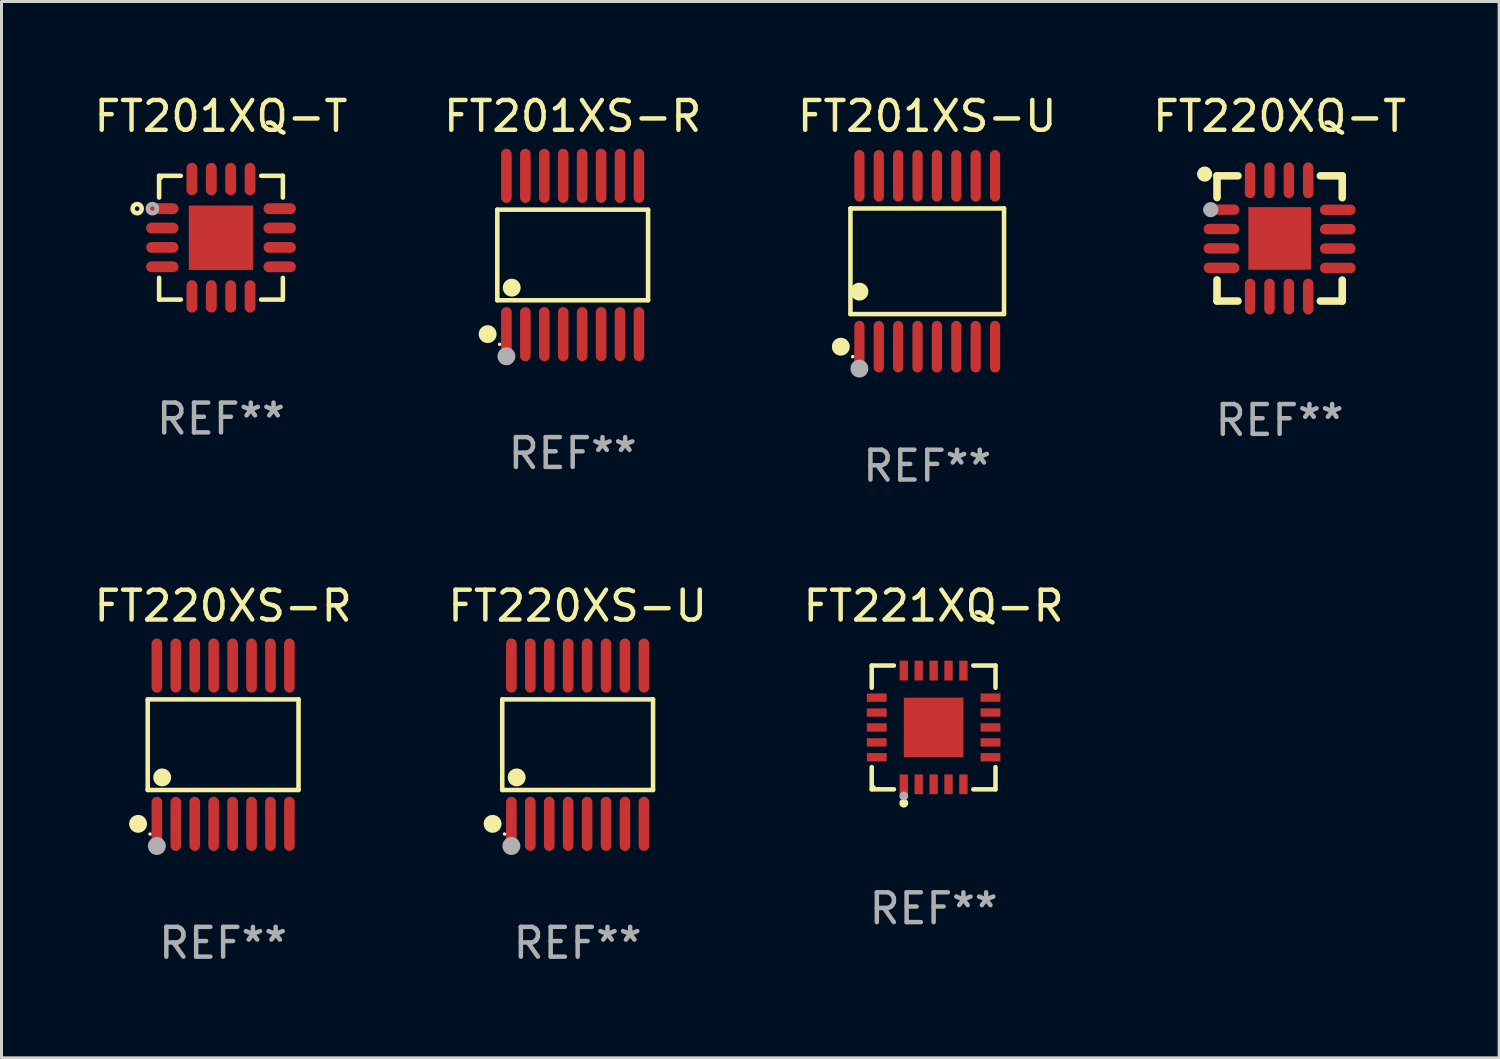
<source format=kicad_pcb>
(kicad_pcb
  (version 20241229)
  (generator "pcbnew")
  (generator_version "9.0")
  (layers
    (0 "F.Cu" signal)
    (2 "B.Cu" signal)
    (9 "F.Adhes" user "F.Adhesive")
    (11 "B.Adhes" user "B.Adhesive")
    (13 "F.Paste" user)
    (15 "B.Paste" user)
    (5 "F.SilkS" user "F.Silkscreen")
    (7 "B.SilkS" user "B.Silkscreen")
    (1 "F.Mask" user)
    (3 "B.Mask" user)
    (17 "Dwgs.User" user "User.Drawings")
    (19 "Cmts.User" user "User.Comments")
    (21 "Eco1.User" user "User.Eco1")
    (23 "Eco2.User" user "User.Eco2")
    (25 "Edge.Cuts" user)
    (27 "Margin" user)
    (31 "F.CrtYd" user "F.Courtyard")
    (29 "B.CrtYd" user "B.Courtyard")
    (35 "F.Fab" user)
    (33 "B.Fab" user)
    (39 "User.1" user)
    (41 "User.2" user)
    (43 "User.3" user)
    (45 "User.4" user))
  (footprint "FT201XQ-T"
    (layer "F.Cu")
    (at 4.363 4.924)
    (property "Reference" "FT201XQ-T" (at 0 -4.076 0) (layer "F.SilkS") (effects (font (size 1 1) (thickness 0.15))))
    (attr through_hole)
    (fp_line (start -2.076 -2.076) (end -2.076 -1.347) (stroke (width 0.152) (type solid)) (layer "F.SilkS"))
    (fp_line (start -2.076 2.076) (end -2.076 1.347) (stroke (width 0.152) (type solid)) (layer "F.SilkS"))
    (fp_line (start -1.347 -2.076) (end -2.076 -2.076) (stroke (width 0.152) (type solid)) (layer "F.SilkS"))
    (fp_line (start -1.347 2.076) (end -2.076 2.076) (stroke (width 0.152) (type solid)) (layer "F.SilkS"))
    (fp_line (start 1.347 -2.076) (end 2.076 -2.076) (stroke (width 0.152) (type solid)) (layer "F.SilkS"))
    (fp_line (start 1.347 2.076) (end 2.076 2.076) (stroke (width 0.152) (type solid)) (layer "F.SilkS"))
    (fp_line (start 2.076 -2.076) (end 2.076 -1.347) (stroke (width 0.152) (type solid)) (layer "F.SilkS"))
    (fp_line (start 2.076 2.076) (end 2.076 1.347) (stroke (width 0.152) (type solid)) (layer "F.SilkS"))
    (fp_circle (center -2.812 -0.975) (end -2.736 -0.975) (stroke (width 0.153) (type solid)) (fill no) (layer "F.SilkS"))
    (fp_circle (center -2 -2) (end -1.97 -2) (stroke (width 0.06) (type solid)) (fill no) (layer "F.SilkS"))
    (fp_circle (center -2.3 -0.975) (end -2.224 -0.975) (stroke (width 0.153) (type solid)) (fill no) (layer "F.Fab"))
    (fp_text user "REF**" (at 0 6.076 0) (layer "F.Fab") (effects (font (size 1 1) (thickness 0.15))))
    (pad "1" smd oval (at -1.969 -0.975 270) (size 0.364 1.087) (layers "F.Cu" "F.Mask" "F.Paste"))
    (pad "2" smd oval (at -1.969 -0.325 270) (size 0.364 1.087) (layers "F.Cu" "F.Mask" "F.Paste"))
    (pad "3" smd oval (at -1.969 0.325 270) (size 0.364 1.087) (layers "F.Cu" "F.Mask" "F.Paste"))
    (pad "4" smd oval (at -1.969 0.975 270) (size 0.364 1.087) (layers "F.Cu" "F.Mask" "F.Paste"))
    (pad "5" smd oval (at -0.975 1.969 270) (size 1.087 0.364) (layers "F.Cu" "F.Mask" "F.Paste"))
    (pad "6" smd oval (at -0.325 1.969 270) (size 1.087 0.364) (layers "F.Cu" "F.Mask" "F.Paste"))
    (pad "7" smd oval (at 0.325 1.969 270) (size 1.087 0.364) (layers "F.Cu" "F.Mask" "F.Paste"))
    (pad "8" smd oval (at 0.975 1.969 270) (size 1.087 0.364) (layers "F.Cu" "F.Mask" "F.Paste"))
    (pad "9" smd oval (at 1.969 0.975 270) (size 0.364 1.087) (layers "F.Cu" "F.Mask" "F.Paste"))
    (pad "10" smd oval (at 1.969 0.325 270) (size 0.364 1.087) (layers "F.Cu" "F.Mask" "F.Paste"))
    (pad "11" smd oval (at 1.969 -0.325 270) (size 0.364 1.087) (layers "F.Cu" "F.Mask" "F.Paste"))
    (pad "12" smd oval (at 1.969 -0.975 270) (size 0.364 1.087) (layers "F.Cu" "F.Mask" "F.Paste"))
    (pad "13" smd oval (at 0.975 -1.969 270) (size 1.087 0.364) (layers "F.Cu" "F.Mask" "F.Paste"))
    (pad "14" smd oval (at 0.325 -1.969 270) (size 1.087 0.364) (layers "F.Cu" "F.Mask" "F.Paste"))
    (pad "15" smd oval (at -0.325 -1.969 270) (size 1.087 0.364) (layers "F.Cu" "F.Mask" "F.Paste"))
    (pad "16" smd oval (at -0.975 -1.969 270) (size 1.087 0.364) (layers "F.Cu" "F.Mask" "F.Paste"))
    (pad "17" smd rect (at 0 0) (size 2.16 2.16) (layers "F.Cu" "F.Mask" "F.Paste")))
  (footprint "FT201XS-U"
    (layer "F.Cu")
    (at 28.054 5.714)
    (property "Reference" "FT201XS-U" (at 0 -4.866 0) (layer "F.SilkS") (effects (font (size 1 1) (thickness 0.15))))
    (attr through_hole)
    (fp_line (start -2.576 -1.772) (end 2.576 -1.772) (stroke (width 0.152) (type solid)) (layer "F.SilkS"))
    (fp_line (start -2.576 1.771) (end -2.576 -1.772) (stroke (width 0.152) (type solid)) (layer "F.SilkS"))
    (fp_line (start 2.576 -1.772) (end 2.576 1.771) (stroke (width 0.152) (type solid)) (layer "F.SilkS"))
    (fp_line (start 2.576 1.771) (end -2.576 1.771) (stroke (width 0.152) (type solid)) (layer "F.SilkS"))
    (fp_circle (center -2.899 2.866) (end -2.749 2.866) (stroke (width 0.3) (type solid)) (fill no) (layer "F.SilkS"))
    (fp_circle (center -2.5 3.2) (end -2.47 3.2) (stroke (width 0.06) (type solid)) (fill no) (layer "F.SilkS"))
    (fp_circle (center -2.275 1.019) (end -2.125 1.019) (stroke (width 0.3) (type solid)) (fill no) (layer "F.SilkS"))
    (fp_circle (center -2.275 3.6) (end -2.125 3.6) (stroke (width 0.3) (type solid)) (fill no) (layer "F.Fab"))
    (fp_text user "REF**" (at 0 6.866 0) (layer "F.Fab") (effects (font (size 1 1) (thickness 0.15))))
    (pad "1" smd oval (at -2.275 2.866) (size 0.343 1.731) (layers "F.Cu" "F.Mask" "F.Paste"))
    (pad "2" smd oval (at -1.625 2.866) (size 0.343 1.731) (layers "F.Cu" "F.Mask" "F.Paste"))
    (pad "3" smd oval (at -0.975 2.866) (size 0.343 1.731) (layers "F.Cu" "F.Mask" "F.Paste"))
    (pad "4" smd oval (at -0.325 2.866) (size 0.343 1.731) (layers "F.Cu" "F.Mask" "F.Paste"))
    (pad "5" smd oval (at 0.325 2.866) (size 0.343 1.731) (layers "F.Cu" "F.Mask" "F.Paste"))
    (pad "6" smd oval (at 0.975 2.866) (size 0.343 1.731) (layers "F.Cu" "F.Mask" "F.Paste"))
    (pad "7" smd oval (at 1.625 2.866) (size 0.343 1.731) (layers "F.Cu" "F.Mask" "F.Paste"))
    (pad "8" smd oval (at 2.275 2.866) (size 0.343 1.731) (layers "F.Cu" "F.Mask" "F.Paste"))
    (pad "9" smd oval (at 2.275 -2.866) (size 0.343 1.731) (layers "F.Cu" "F.Mask" "F.Paste"))
    (pad "10" smd oval (at 1.625 -2.866) (size 0.343 1.731) (layers "F.Cu" "F.Mask" "F.Paste"))
    (pad "11" smd oval (at 0.975 -2.866) (size 0.343 1.731) (layers "F.Cu" "F.Mask" "F.Paste"))
    (pad "12" smd oval (at 0.325 -2.866) (size 0.343 1.731) (layers "F.Cu" "F.Mask" "F.Paste"))
    (pad "13" smd oval (at -0.325 -2.866) (size 0.343 1.731) (layers "F.Cu" "F.Mask" "F.Paste"))
    (pad "14" smd oval (at -0.975 -2.866) (size 0.343 1.731) (layers "F.Cu" "F.Mask" "F.Paste"))
    (pad "15" smd oval (at -1.625 -2.866) (size 0.343 1.731) (layers "F.Cu" "F.Mask" "F.Paste"))
    (pad "16" smd oval (at -2.275 -2.866) (size 0.343 1.731) (layers "F.Cu" "F.Mask" "F.Paste")))
  (footprint "FT220XS-R"
    (layer "F.Cu")
    (at 4.435 21.931)
    (property "Reference" "FT220XS-R" (at 0 -4.655 0) (layer "F.SilkS") (effects (font (size 1 1) (thickness 0.15))))
    (attr through_hole)
    (fp_line (start -2.529 -1.519) (end 2.529 -1.519) (stroke (width 0.152) (type solid)) (layer "F.SilkS"))
    (fp_line (start -2.529 1.519) (end -2.529 -1.519) (stroke (width 0.152) (type solid)) (layer "F.SilkS"))
    (fp_line (start 2.529 -1.519) (end 2.529 1.519) (stroke (width 0.152) (type solid)) (layer "F.SilkS"))
    (fp_line (start 2.529 1.519) (end -2.529 1.519) (stroke (width 0.152) (type solid)) (layer "F.SilkS"))
    (fp_circle (center -2.853 2.655) (end -2.703 2.655) (stroke (width 0.3) (type solid)) (fill no) (layer "F.SilkS"))
    (fp_circle (center -2.453 2.998) (end -2.423 2.998) (stroke (width 0.06) (type solid)) (fill no) (layer "F.SilkS"))
    (fp_circle (center -2.045 1.097) (end -1.895 1.097) (stroke (width 0.3) (type solid)) (fill no) (layer "F.SilkS"))
    (fp_circle (center -2.223 3.398) (end -2.072 3.398) (stroke (width 0.3) (type solid)) (fill no) (layer "F.Fab"))
    (fp_text user "REF**" (at 0 6.655 0) (layer "F.Fab") (effects (font (size 1 1) (thickness 0.15))))
    (pad "1" smd oval (at -2.223 2.655) (size 0.356 1.815) (layers "F.Cu" "F.Mask" "F.Paste"))
    (pad "2" smd oval (at -1.588 2.655) (size 0.356 1.815) (layers "F.Cu" "F.Mask" "F.Paste"))
    (pad "3" smd oval (at -0.953 2.655) (size 0.356 1.815) (layers "F.Cu" "F.Mask" "F.Paste"))
    (pad "4" smd oval (at -0.318 2.655) (size 0.356 1.815) (layers "F.Cu" "F.Mask" "F.Paste"))
    (pad "5" smd oval (at 0.318 2.655) (size 0.356 1.815) (layers "F.Cu" "F.Mask" "F.Paste"))
    (pad "6" smd oval (at 0.953 2.655) (size 0.356 1.815) (layers "F.Cu" "F.Mask" "F.Paste"))
    (pad "7" smd oval (at 1.588 2.655) (size 0.356 1.815) (layers "F.Cu" "F.Mask" "F.Paste"))
    (pad "8" smd oval (at 2.223 2.655) (size 0.356 1.815) (layers "F.Cu" "F.Mask" "F.Paste"))
    (pad "9" smd oval (at 2.223 -2.655) (size 0.356 1.815) (layers "F.Cu" "F.Mask" "F.Paste"))
    (pad "10" smd oval (at 1.588 -2.655) (size 0.356 1.815) (layers "F.Cu" "F.Mask" "F.Paste"))
    (pad "11" smd oval (at 0.953 -2.655) (size 0.356 1.815) (layers "F.Cu" "F.Mask" "F.Paste"))
    (pad "12" smd oval (at 0.318 -2.655) (size 0.356 1.815) (layers "F.Cu" "F.Mask" "F.Paste"))
    (pad "13" smd oval (at -0.318 -2.655) (size 0.356 1.815) (layers "F.Cu" "F.Mask" "F.Paste"))
    (pad "14" smd oval (at -0.953 -2.655) (size 0.356 1.815) (layers "F.Cu" "F.Mask" "F.Paste"))
    (pad "15" smd oval (at -1.588 -2.655) (size 0.356 1.815) (layers "F.Cu" "F.Mask" "F.Paste"))
    (pad "16" smd oval (at -2.223 -2.655) (size 0.356 1.815) (layers "F.Cu" "F.Mask" "F.Paste")))
  (footprint "FT220XS-U"
    (layer "F.Cu")
    (at 16.327 21.931)
    (property "Reference" "FT220XS-U" (at 0 -4.655 0) (layer "F.SilkS") (effects (font (size 1 1) (thickness 0.15))))
    (attr through_hole)
    (fp_line (start -2.529 -1.519) (end 2.529 -1.519) (stroke (width 0.152) (type solid)) (layer "F.SilkS"))
    (fp_line (start -2.529 1.519) (end -2.529 -1.519) (stroke (width 0.152) (type solid)) (layer "F.SilkS"))
    (fp_line (start 2.529 -1.519) (end 2.529 1.519) (stroke (width 0.152) (type solid)) (layer "F.SilkS"))
    (fp_line (start 2.529 1.519) (end -2.529 1.519) (stroke (width 0.152) (type solid)) (layer "F.SilkS"))
    (fp_circle (center -2.853 2.655) (end -2.703 2.655) (stroke (width 0.3) (type solid)) (fill no) (layer "F.SilkS"))
    (fp_circle (center -2.453 2.998) (end -2.423 2.998) (stroke (width 0.06) (type solid)) (fill no) (layer "F.SilkS"))
    (fp_circle (center -2.045 1.097) (end -1.895 1.097) (stroke (width 0.3) (type solid)) (fill no) (layer "F.SilkS"))
    (fp_circle (center -2.223 3.398) (end -2.072 3.398) (stroke (width 0.3) (type solid)) (fill no) (layer "F.Fab"))
    (fp_text user "REF**" (at 0 6.655 0) (layer "F.Fab") (effects (font (size 1 1) (thickness 0.15))))
    (pad "1" smd oval (at -2.223 2.655) (size 0.356 1.815) (layers "F.Cu" "F.Mask" "F.Paste"))
    (pad "2" smd oval (at -1.588 2.655) (size 0.356 1.815) (layers "F.Cu" "F.Mask" "F.Paste"))
    (pad "3" smd oval (at -0.953 2.655) (size 0.356 1.815) (layers "F.Cu" "F.Mask" "F.Paste"))
    (pad "4" smd oval (at -0.318 2.655) (size 0.356 1.815) (layers "F.Cu" "F.Mask" "F.Paste"))
    (pad "5" smd oval (at 0.318 2.655) (size 0.356 1.815) (layers "F.Cu" "F.Mask" "F.Paste"))
    (pad "6" smd oval (at 0.953 2.655) (size 0.356 1.815) (layers "F.Cu" "F.Mask" "F.Paste"))
    (pad "7" smd oval (at 1.588 2.655) (size 0.356 1.815) (layers "F.Cu" "F.Mask" "F.Paste"))
    (pad "8" smd oval (at 2.223 2.655) (size 0.356 1.815) (layers "F.Cu" "F.Mask" "F.Paste"))
    (pad "9" smd oval (at 2.223 -2.655) (size 0.356 1.815) (layers "F.Cu" "F.Mask" "F.Paste"))
    (pad "10" smd oval (at 1.588 -2.655) (size 0.356 1.815) (layers "F.Cu" "F.Mask" "F.Paste"))
    (pad "11" smd oval (at 0.953 -2.655) (size 0.356 1.815) (layers "F.Cu" "F.Mask" "F.Paste"))
    (pad "12" smd oval (at 0.318 -2.655) (size 0.356 1.815) (layers "F.Cu" "F.Mask" "F.Paste"))
    (pad "13" smd oval (at -0.318 -2.655) (size 0.356 1.815) (layers "F.Cu" "F.Mask" "F.Paste"))
    (pad "14" smd oval (at -0.953 -2.655) (size 0.356 1.815) (layers "F.Cu" "F.Mask" "F.Paste"))
    (pad "15" smd oval (at -1.588 -2.655) (size 0.356 1.815) (layers "F.Cu" "F.Mask" "F.Paste"))
    (pad "16" smd oval (at -2.223 -2.655) (size 0.356 1.815) (layers "F.Cu" "F.Mask" "F.Paste")))
  (footprint "FT201XS-R"
    (layer "F.Cu")
    (at 16.161 5.503)
    (property "Reference" "FT201XS-R" (at 0 -4.655 0) (layer "F.SilkS") (effects (font (size 1 1) (thickness 0.15))))
    (attr through_hole)
    (fp_line (start -2.529 -1.519) (end 2.529 -1.519) (stroke (width 0.152) (type solid)) (layer "F.SilkS"))
    (fp_line (start -2.529 1.519) (end -2.529 -1.519) (stroke (width 0.152) (type solid)) (layer "F.SilkS"))
    (fp_line (start 2.529 -1.519) (end 2.529 1.519) (stroke (width 0.152) (type solid)) (layer "F.SilkS"))
    (fp_line (start 2.529 1.519) (end -2.529 1.519) (stroke (width 0.152) (type solid)) (layer "F.SilkS"))
    (fp_circle (center -2.853 2.655) (end -2.703 2.655) (stroke (width 0.3) (type solid)) (fill no) (layer "F.SilkS"))
    (fp_circle (center -2.453 2.998) (end -2.423 2.998) (stroke (width 0.06) (type solid)) (fill no) (layer "F.SilkS"))
    (fp_circle (center -2.045 1.097) (end -1.895 1.097) (stroke (width 0.3) (type solid)) (fill no) (layer "F.SilkS"))
    (fp_circle (center -2.223 3.398) (end -2.072 3.398) (stroke (width 0.3) (type solid)) (fill no) (layer "F.Fab"))
    (fp_text user "REF**" (at 0 6.655 0) (layer "F.Fab") (effects (font (size 1 1) (thickness 0.15))))
    (pad "1" smd oval (at -2.223 2.655) (size 0.356 1.815) (layers "F.Cu" "F.Mask" "F.Paste"))
    (pad "2" smd oval (at -1.588 2.655) (size 0.356 1.815) (layers "F.Cu" "F.Mask" "F.Paste"))
    (pad "3" smd oval (at -0.953 2.655) (size 0.356 1.815) (layers "F.Cu" "F.Mask" "F.Paste"))
    (pad "4" smd oval (at -0.318 2.655) (size 0.356 1.815) (layers "F.Cu" "F.Mask" "F.Paste"))
    (pad "5" smd oval (at 0.318 2.655) (size 0.356 1.815) (layers "F.Cu" "F.Mask" "F.Paste"))
    (pad "6" smd oval (at 0.953 2.655) (size 0.356 1.815) (layers "F.Cu" "F.Mask" "F.Paste"))
    (pad "7" smd oval (at 1.588 2.655) (size 0.356 1.815) (layers "F.Cu" "F.Mask" "F.Paste"))
    (pad "8" smd oval (at 2.223 2.655) (size 0.356 1.815) (layers "F.Cu" "F.Mask" "F.Paste"))
    (pad "9" smd oval (at 2.223 -2.655) (size 0.356 1.815) (layers "F.Cu" "F.Mask" "F.Paste"))
    (pad "10" smd oval (at 1.588 -2.655) (size 0.356 1.815) (layers "F.Cu" "F.Mask" "F.Paste"))
    (pad "11" smd oval (at 0.953 -2.655) (size 0.356 1.815) (layers "F.Cu" "F.Mask" "F.Paste"))
    (pad "12" smd oval (at 0.318 -2.655) (size 0.356 1.815) (layers "F.Cu" "F.Mask" "F.Paste"))
    (pad "13" smd oval (at -0.318 -2.655) (size 0.356 1.815) (layers "F.Cu" "F.Mask" "F.Paste"))
    (pad "14" smd oval (at -0.953 -2.655) (size 0.356 1.815) (layers "F.Cu" "F.Mask" "F.Paste"))
    (pad "15" smd oval (at -1.588 -2.655) (size 0.356 1.815) (layers "F.Cu" "F.Mask" "F.Paste"))
    (pad "16" smd oval (at -2.223 -2.655) (size 0.356 1.815) (layers "F.Cu" "F.Mask" "F.Paste")))
  (footprint "FT220XQ-T"
    (layer "F.Cu")
    (at 39.875 4.948)
    (property "Reference" "FT220XQ-T" (at 0 -4.1 0) (layer "F.SilkS") (effects (font (size 1 1) (thickness 0.15))))
    (attr through_hole)
    (fp_line (start -2.1 -2.1) (end -2.1 -1.371) (stroke (width 0.254) (type solid)) (layer "F.SilkS"))
    (fp_line (start -2.1 -2.1) (end -1.397 -2.1) (stroke (width 0.254) (type solid)) (layer "F.SilkS"))
    (fp_line (start -2.1 1.392) (end -2.1 2.1) (stroke (width 0.254) (type solid)) (layer "F.SilkS"))
    (fp_line (start -2.1 2.1) (end -1.397 2.1) (stroke (width 0.254) (type solid)) (layer "F.SilkS"))
    (fp_line (start 1.366 -2.1) (end 2.1 -2.1) (stroke (width 0.254) (type solid)) (layer "F.SilkS"))
    (fp_line (start 1.366 2.1) (end 2.1 2.1) (stroke (width 0.254) (type solid)) (layer "F.SilkS"))
    (fp_line (start 2.1 -2.1) (end 2.1 -1.366) (stroke (width 0.254) (type solid)) (layer "F.SilkS"))
    (fp_line (start 2.1 1.397) (end 2.1 2.1) (stroke (width 0.254) (type solid)) (layer "F.SilkS"))
    (fp_circle (center -2.515 -2.159) (end -2.388 -2.159) (stroke (width 0.254) (type solid)) (fill no) (layer "F.SilkS"))
    (fp_circle (center -2.045 -1.97) (end -2.015 -1.97) (stroke (width 0.06) (type solid)) (fill no) (layer "F.SilkS"))
    (fp_circle (center -2.312 -0.965) (end -2.185 -0.965) (stroke (width 0.254) (type solid)) (fill no) (layer "F.Fab"))
    (fp_text user "REF**" (at 0 6.1 0) (layer "F.Fab") (effects (font (size 1 1) (thickness 0.15))))
    (pad "1" smd oval (at -1.95 -0.965 270) (size 0.35 1.2) (layers "F.Cu" "F.Mask" "F.Paste"))
    (pad "2" smd oval (at -1.95 -0.315 270) (size 0.35 1.2) (layers "F.Cu" "F.Mask" "F.Paste"))
    (pad "3" smd oval (at -1.95 0.335 270) (size 0.35 1.2) (layers "F.Cu" "F.Mask" "F.Paste"))
    (pad "4" smd oval (at -1.95 0.986 270) (size 0.35 1.2) (layers "F.Cu" "F.Mask" "F.Paste"))
    (pad "5" smd oval (at -0.991 1.95) (size 0.35 1.2) (layers "F.Cu" "F.Mask" "F.Paste"))
    (pad "6" smd oval (at -0.34 1.95) (size 0.35 1.2) (layers "F.Cu" "F.Mask" "F.Paste"))
    (pad "7" smd oval (at 0.31 1.95) (size 0.35 1.2) (layers "F.Cu" "F.Mask" "F.Paste"))
    (pad "8" smd oval (at 0.96 1.95) (size 0.35 1.2) (layers "F.Cu" "F.Mask" "F.Paste"))
    (pad "9" smd oval (at 1.95 0.991 270) (size 0.35 1.2) (layers "F.Cu" "F.Mask" "F.Paste"))
    (pad "10" smd oval (at 1.95 0.34 270) (size 0.35 1.2) (layers "F.Cu" "F.Mask" "F.Paste"))
    (pad "11" smd oval (at 1.95 -0.31 270) (size 0.35 1.2) (layers "F.Cu" "F.Mask" "F.Paste"))
    (pad "12" smd oval (at 1.95 -0.96 270) (size 0.35 1.2) (layers "F.Cu" "F.Mask" "F.Paste"))
    (pad "13" smd oval (at 0.96 -1.95) (size 0.35 1.2) (layers "F.Cu" "F.Mask" "F.Paste"))
    (pad "14" smd oval (at 0.31 -1.95) (size 0.35 1.2) (layers "F.Cu" "F.Mask" "F.Paste"))
    (pad "15" smd oval (at -0.34 -1.95) (size 0.35 1.2) (layers "F.Cu" "F.Mask" "F.Paste"))
    (pad "16" smd oval (at -0.991 -1.95) (size 0.35 1.2) (layers "F.Cu" "F.Mask" "F.Paste"))
    (pad "17" smd rect (at 0 0) (size 2.1 2.1) (layers "F.Cu" "F.Mask" "F.Paste")))
  (footprint "FT221XQ-R"
    (layer "F.Cu")
    (at 28.268 21.352)
    (property "Reference" "FT221XQ-R" (at 0 -4.076 0) (layer "F.SilkS") (effects (font (size 1 1) (thickness 0.15))))
    (attr through_hole)
    (fp_line (start -2.076 -2.076) (end -1.331 -2.076) (stroke (width 0.152) (type solid)) (layer "F.SilkS"))
    (fp_line (start -2.076 -1.331) (end -2.076 -2.076) (stroke (width 0.152) (type solid)) (layer "F.SilkS"))
    (fp_line (start -2.076 1.331) (end -2.076 2.076) (stroke (width 0.152) (type solid)) (layer "F.SilkS"))
    (fp_line (start -2.076 2.076) (end -1.331 2.076) (stroke (width 0.152) (type solid)) (layer "F.SilkS"))
    (fp_line (start 2.076 -2.076) (end 1.331 -2.076) (stroke (width 0.152) (type solid)) (layer "F.SilkS"))
    (fp_line (start 2.076 -1.331) (end 2.076 -2.076) (stroke (width 0.152) (type solid)) (layer "F.SilkS"))
    (fp_line (start 2.076 1.331) (end 2.076 2.076) (stroke (width 0.152) (type solid)) (layer "F.SilkS"))
    (fp_line (start 2.076 2.076) (end 1.331 2.076) (stroke (width 0.152) (type solid)) (layer "F.SilkS"))
    (fp_circle (center -2 2) (end -1.97 2) (stroke (width 0.06) (type solid)) (fill no) (layer "F.SilkS"))
    (fp_circle (center -1 2.54) (end -0.925 2.54) (stroke (width 0.15) (type solid)) (fill no) (layer "F.SilkS"))
    (fp_circle (center -1 2.3) (end -0.925 2.3) (stroke (width 0.15) (type solid)) (fill no) (layer "F.Fab"))
    (fp_text user "REF**" (at 0 6.076 0) (layer "F.Fab") (effects (font (size 1 1) (thickness 0.15))))
    (pad "1" smd rect (at -1 1.908) (size 0.28 0.665) (layers "F.Cu" "F.Mask" "F.Paste"))
    (pad "2" smd rect (at -0.5 1.908) (size 0.28 0.665) (layers "F.Cu" "F.Mask" "F.Paste"))
    (pad "3" smd rect (at 0 1.908) (size 0.28 0.665) (layers "F.Cu" "F.Mask" "F.Paste"))
    (pad "4" smd rect (at 0.5 1.908) (size 0.28 0.665) (layers "F.Cu" "F.Mask" "F.Paste"))
    (pad "5" smd rect (at 1 1.908) (size 0.28 0.665) (layers "F.Cu" "F.Mask" "F.Paste"))
    (pad "6" smd rect (at 1.908 1) (size 0.665 0.28) (layers "F.Cu" "F.Mask" "F.Paste"))
    (pad "7" smd rect (at 1.908 0.5) (size 0.665 0.28) (layers "F.Cu" "F.Mask" "F.Paste"))
    (pad "8" smd rect (at 1.908 0) (size 0.665 0.28) (layers "F.Cu" "F.Mask" "F.Paste"))
    (pad "9" smd rect (at 1.908 -0.5) (size 0.665 0.28) (layers "F.Cu" "F.Mask" "F.Paste"))
    (pad "10" smd rect (at 1.908 -1) (size 0.665 0.28) (layers "F.Cu" "F.Mask" "F.Paste"))
    (pad "11" smd rect (at 1 -1.908) (size 0.28 0.665) (layers "F.Cu" "F.Mask" "F.Paste"))
    (pad "12" smd rect (at 0.5 -1.908) (size 0.28 0.665) (layers "F.Cu" "F.Mask" "F.Paste"))
    (pad "13" smd rect (at 0 -1.908) (size 0.28 0.665) (layers "F.Cu" "F.Mask" "F.Paste"))
    (pad "14" smd rect (at -0.5 -1.908) (size 0.28 0.665) (layers "F.Cu" "F.Mask" "F.Paste"))
    (pad "15" smd rect (at -1 -1.908) (size 0.28 0.665) (layers "F.Cu" "F.Mask" "F.Paste"))
    (pad "16" smd rect (at -1.908 -1) (size 0.665 0.28) (layers "F.Cu" "F.Mask" "F.Paste"))
    (pad "17" smd rect (at -1.908 -0.5) (size 0.665 0.28) (layers "F.Cu" "F.Mask" "F.Paste"))
    (pad "18" smd rect (at -1.908 0) (size 0.665 0.28) (layers "F.Cu" "F.Mask" "F.Paste"))
    (pad "19" smd rect (at -1.908 0.5) (size 0.665 0.28) (layers "F.Cu" "F.Mask" "F.Paste"))
    (pad "20" smd rect (at -1.908 1) (size 0.665 0.28) (layers "F.Cu" "F.Mask" "F.Paste"))
    (pad "21" smd rect (at 0 0) (size 2 2) (layers "F.Cu" "F.Mask" "F.Paste")))
  (gr_rect
    (start -3 -3)
    (end 47.238 32.434)
    (stroke (width 0.1) (type default))
    (fill no)
    (layer "Edge.Cuts")))
</source>
